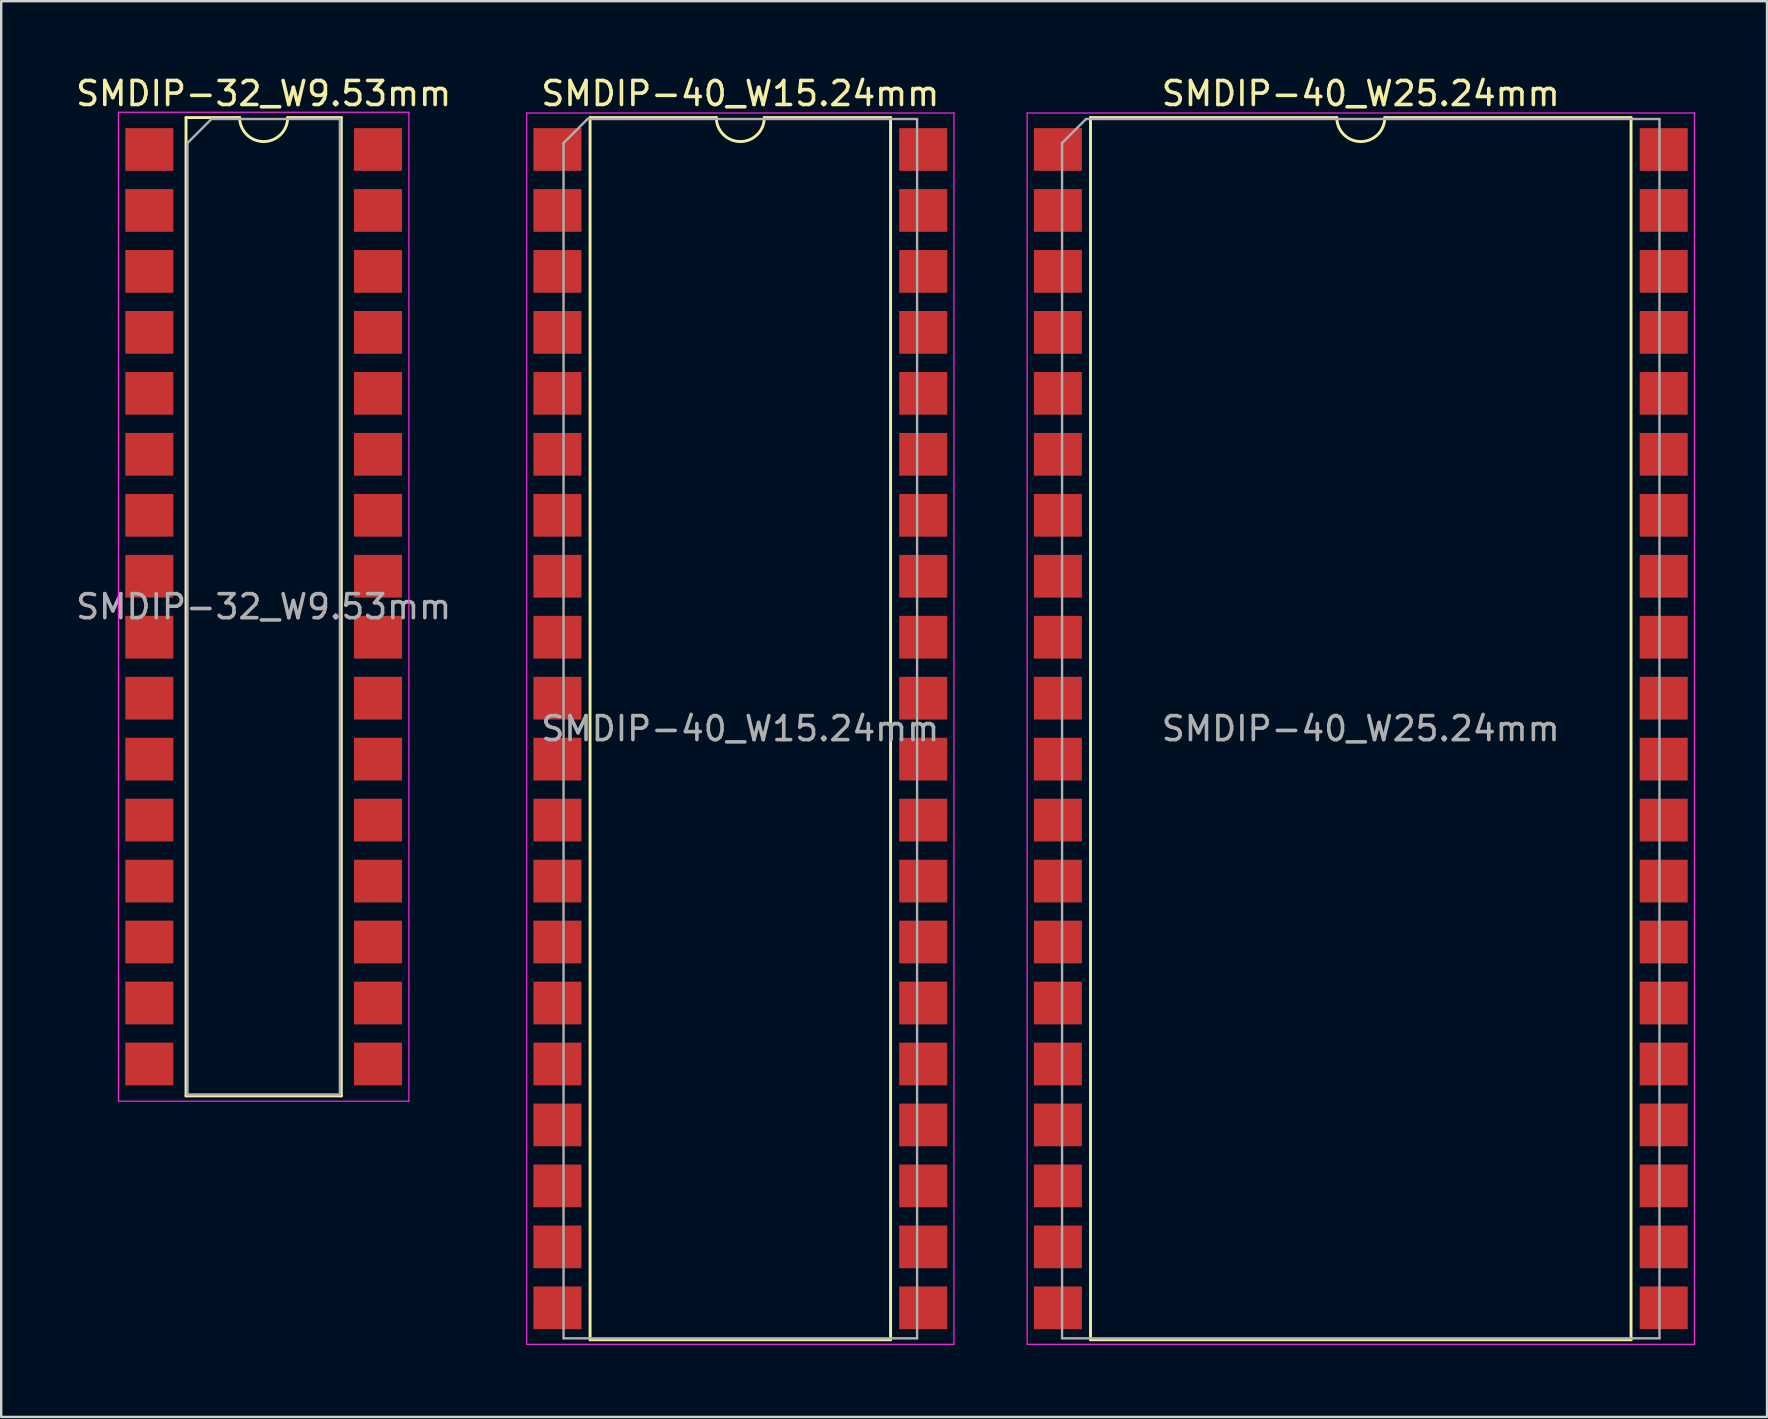
<source format=kicad_pcb>
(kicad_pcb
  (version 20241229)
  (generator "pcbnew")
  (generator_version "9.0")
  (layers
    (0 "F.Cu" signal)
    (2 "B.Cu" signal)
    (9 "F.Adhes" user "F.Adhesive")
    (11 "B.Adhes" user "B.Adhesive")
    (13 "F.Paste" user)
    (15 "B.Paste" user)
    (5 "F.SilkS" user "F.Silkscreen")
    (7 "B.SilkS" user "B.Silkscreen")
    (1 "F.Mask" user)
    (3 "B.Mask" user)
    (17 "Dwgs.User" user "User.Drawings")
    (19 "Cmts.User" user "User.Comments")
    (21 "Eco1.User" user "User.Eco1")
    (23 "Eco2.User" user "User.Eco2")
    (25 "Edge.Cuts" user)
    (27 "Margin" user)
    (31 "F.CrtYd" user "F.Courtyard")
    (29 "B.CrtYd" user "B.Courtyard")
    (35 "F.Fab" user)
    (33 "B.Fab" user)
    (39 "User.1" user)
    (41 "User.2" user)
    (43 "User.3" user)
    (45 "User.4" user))
  (footprint "SMDIP-40_W15.24mm"
    (layer "F.Cu")
    (at 27.794 27.308)
    (property "Reference" "SMDIP-40_W15.24mm" (at 0 -26.46 0) (layer "F.SilkS") (effects (font (size 1 1) (thickness 0.15))))
    (attr smd)
    (fp_line (start -6.26 -25.46) (end -6.26 25.46) (stroke (width 0.12) (type solid)) (layer "F.SilkS"))
    (fp_line (start -6.26 25.46) (end 6.26 25.46) (stroke (width 0.12) (type solid)) (layer "F.SilkS"))
    (fp_line (start -1 -25.46) (end -6.26 -25.46) (stroke (width 0.12) (type solid)) (layer "F.SilkS"))
    (fp_line (start 6.26 -25.46) (end 1 -25.46) (stroke (width 0.12) (type solid)) (layer "F.SilkS"))
    (fp_line (start 6.26 25.46) (end 6.26 -25.46) (stroke (width 0.12) (type solid)) (layer "F.SilkS"))
    (fp_arc (start 1 -25.46) (mid 0 -24.46) (end -1 -25.46) (stroke (width 0.12) (type solid)) (layer "F.SilkS"))
    (fp_line (start -8.9 -25.65) (end -8.9 25.65) (stroke (width 0.05) (type solid)) (layer "F.CrtYd"))
    (fp_line (start -8.9 25.65) (end 8.9 25.65) (stroke (width 0.05) (type solid)) (layer "F.CrtYd"))
    (fp_line (start 8.9 -25.65) (end -8.9 -25.65) (stroke (width 0.05) (type solid)) (layer "F.CrtYd"))
    (fp_line (start 8.9 25.65) (end 8.9 -25.65) (stroke (width 0.05) (type solid)) (layer "F.CrtYd"))
    (fp_line (start -7.365 -24.4) (end -6.365 -25.4) (stroke (width 0.1) (type solid)) (layer "F.Fab"))
    (fp_line (start -7.365 25.4) (end -7.365 -24.4) (stroke (width 0.1) (type solid)) (layer "F.Fab"))
    (fp_line (start -6.365 -25.4) (end 7.365 -25.4) (stroke (width 0.1) (type solid)) (layer "F.Fab"))
    (fp_line (start 7.365 -25.4) (end 7.365 25.4) (stroke (width 0.1) (type solid)) (layer "F.Fab"))
    (fp_line (start 7.365 25.4) (end -7.365 25.4) (stroke (width 0.1) (type solid)) (layer "F.Fab"))
    (fp_text user "${REFERENCE}" (at 0 0 0) (layer "F.Fab") (effects (font (size 1 1) (thickness 0.15))))
    (pad "1" smd rect (at -7.62 -24.13) (size 2 1.78) (layers "F.Cu" "F.Mask" "F.Paste"))
    (pad "2" smd rect (at -7.62 -21.59) (size 2 1.78) (layers "F.Cu" "F.Mask" "F.Paste"))
    (pad "3" smd rect (at -7.62 -19.05) (size 2 1.78) (layers "F.Cu" "F.Mask" "F.Paste"))
    (pad "4" smd rect (at -7.62 -16.51) (size 2 1.78) (layers "F.Cu" "F.Mask" "F.Paste"))
    (pad "5" smd rect (at -7.62 -13.97) (size 2 1.78) (layers "F.Cu" "F.Mask" "F.Paste"))
    (pad "6" smd rect (at -7.62 -11.43) (size 2 1.78) (layers "F.Cu" "F.Mask" "F.Paste"))
    (pad "7" smd rect (at -7.62 -8.89) (size 2 1.78) (layers "F.Cu" "F.Mask" "F.Paste"))
    (pad "8" smd rect (at -7.62 -6.35) (size 2 1.78) (layers "F.Cu" "F.Mask" "F.Paste"))
    (pad "9" smd rect (at -7.62 -3.81) (size 2 1.78) (layers "F.Cu" "F.Mask" "F.Paste"))
    (pad "10" smd rect (at -7.62 -1.27) (size 2 1.78) (layers "F.Cu" "F.Mask" "F.Paste"))
    (pad "11" smd rect (at -7.62 1.27) (size 2 1.78) (layers "F.Cu" "F.Mask" "F.Paste"))
    (pad "12" smd rect (at -7.62 3.81) (size 2 1.78) (layers "F.Cu" "F.Mask" "F.Paste"))
    (pad "13" smd rect (at -7.62 6.35) (size 2 1.78) (layers "F.Cu" "F.Mask" "F.Paste"))
    (pad "14" smd rect (at -7.62 8.89) (size 2 1.78) (layers "F.Cu" "F.Mask" "F.Paste"))
    (pad "15" smd rect (at -7.62 11.43) (size 2 1.78) (layers "F.Cu" "F.Mask" "F.Paste"))
    (pad "16" smd rect (at -7.62 13.97) (size 2 1.78) (layers "F.Cu" "F.Mask" "F.Paste"))
    (pad "17" smd rect (at -7.62 16.51) (size 2 1.78) (layers "F.Cu" "F.Mask" "F.Paste"))
    (pad "18" smd rect (at -7.62 19.05) (size 2 1.78) (layers "F.Cu" "F.Mask" "F.Paste"))
    (pad "19" smd rect (at -7.62 21.59) (size 2 1.78) (layers "F.Cu" "F.Mask" "F.Paste"))
    (pad "20" smd rect (at -7.62 24.13) (size 2 1.78) (layers "F.Cu" "F.Mask" "F.Paste"))
    (pad "21" smd rect (at 7.62 24.13) (size 2 1.78) (layers "F.Cu" "F.Mask" "F.Paste"))
    (pad "22" smd rect (at 7.62 21.59) (size 2 1.78) (layers "F.Cu" "F.Mask" "F.Paste"))
    (pad "23" smd rect (at 7.62 19.05) (size 2 1.78) (layers "F.Cu" "F.Mask" "F.Paste"))
    (pad "24" smd rect (at 7.62 16.51) (size 2 1.78) (layers "F.Cu" "F.Mask" "F.Paste"))
    (pad "25" smd rect (at 7.62 13.97) (size 2 1.78) (layers "F.Cu" "F.Mask" "F.Paste"))
    (pad "26" smd rect (at 7.62 11.43) (size 2 1.78) (layers "F.Cu" "F.Mask" "F.Paste"))
    (pad "27" smd rect (at 7.62 8.89) (size 2 1.78) (layers "F.Cu" "F.Mask" "F.Paste"))
    (pad "28" smd rect (at 7.62 6.35) (size 2 1.78) (layers "F.Cu" "F.Mask" "F.Paste"))
    (pad "29" smd rect (at 7.62 3.81) (size 2 1.78) (layers "F.Cu" "F.Mask" "F.Paste"))
    (pad "30" smd rect (at 7.62 1.27) (size 2 1.78) (layers "F.Cu" "F.Mask" "F.Paste"))
    (pad "31" smd rect (at 7.62 -1.27) (size 2 1.78) (layers "F.Cu" "F.Mask" "F.Paste"))
    (pad "32" smd rect (at 7.62 -3.81) (size 2 1.78) (layers "F.Cu" "F.Mask" "F.Paste"))
    (pad "33" smd rect (at 7.62 -6.35) (size 2 1.78) (layers "F.Cu" "F.Mask" "F.Paste"))
    (pad "34" smd rect (at 7.62 -8.89) (size 2 1.78) (layers "F.Cu" "F.Mask" "F.Paste"))
    (pad "35" smd rect (at 7.62 -11.43) (size 2 1.78) (layers "F.Cu" "F.Mask" "F.Paste"))
    (pad "36" smd rect (at 7.62 -13.97) (size 2 1.78) (layers "F.Cu" "F.Mask" "F.Paste"))
    (pad "37" smd rect (at 7.62 -16.51) (size 2 1.78) (layers "F.Cu" "F.Mask" "F.Paste"))
    (pad "38" smd rect (at 7.62 -19.05) (size 2 1.78) (layers "F.Cu" "F.Mask" "F.Paste"))
    (pad "39" smd rect (at 7.62 -21.59) (size 2 1.78) (layers "F.Cu" "F.Mask" "F.Paste"))
    (pad "40" smd rect (at 7.62 -24.13) (size 2 1.78) (layers "F.Cu" "F.Mask" "F.Paste")))
  (footprint "SMDIP-32_W9.53mm"
    (layer "F.Cu")
    (at 7.935 22.228)
    (property "Reference" "SMDIP-32_W9.53mm" (at 0 -21.38 0) (layer "F.SilkS") (effects (font (size 1 1) (thickness 0.15))))
    (attr smd)
    (fp_line (start -3.235 -20.38) (end -3.235 20.38) (stroke (width 0.12) (type solid)) (layer "F.SilkS"))
    (fp_line (start -3.235 20.38) (end 3.235 20.38) (stroke (width 0.12) (type solid)) (layer "F.SilkS"))
    (fp_line (start -1 -20.38) (end -3.235 -20.38) (stroke (width 0.12) (type solid)) (layer "F.SilkS"))
    (fp_line (start 3.235 -20.38) (end 1 -20.38) (stroke (width 0.12) (type solid)) (layer "F.SilkS"))
    (fp_line (start 3.235 20.38) (end 3.235 -20.38) (stroke (width 0.12) (type solid)) (layer "F.SilkS"))
    (fp_arc (start 1 -20.38) (mid 0 -19.38) (end -1 -20.38) (stroke (width 0.12) (type solid)) (layer "F.SilkS"))
    (fp_line (start -6.05 -20.6) (end -6.05 20.6) (stroke (width 0.05) (type solid)) (layer "F.CrtYd"))
    (fp_line (start -6.05 20.6) (end 6.05 20.6) (stroke (width 0.05) (type solid)) (layer "F.CrtYd"))
    (fp_line (start 6.05 -20.6) (end -6.05 -20.6) (stroke (width 0.05) (type solid)) (layer "F.CrtYd"))
    (fp_line (start 6.05 20.6) (end 6.05 -20.6) (stroke (width 0.05) (type solid)) (layer "F.CrtYd"))
    (fp_line (start -3.175 -19.32) (end -2.175 -20.32) (stroke (width 0.1) (type solid)) (layer "F.Fab"))
    (fp_line (start -3.175 20.32) (end -3.175 -19.32) (stroke (width 0.1) (type solid)) (layer "F.Fab"))
    (fp_line (start -2.175 -20.32) (end 3.175 -20.32) (stroke (width 0.1) (type solid)) (layer "F.Fab"))
    (fp_line (start 3.175 -20.32) (end 3.175 20.32) (stroke (width 0.1) (type solid)) (layer "F.Fab"))
    (fp_line (start 3.175 20.32) (end -3.175 20.32) (stroke (width 0.1) (type solid)) (layer "F.Fab"))
    (fp_text user "${REFERENCE}" (at 0 0 0) (layer "F.Fab") (effects (font (size 1 1) (thickness 0.15))))
    (pad "1" smd rect (at -4.765 -19.05) (size 2 1.78) (layers "F.Cu" "F.Mask" "F.Paste"))
    (pad "2" smd rect (at -4.765 -16.51) (size 2 1.78) (layers "F.Cu" "F.Mask" "F.Paste"))
    (pad "3" smd rect (at -4.765 -13.97) (size 2 1.78) (layers "F.Cu" "F.Mask" "F.Paste"))
    (pad "4" smd rect (at -4.765 -11.43) (size 2 1.78) (layers "F.Cu" "F.Mask" "F.Paste"))
    (pad "5" smd rect (at -4.765 -8.89) (size 2 1.78) (layers "F.Cu" "F.Mask" "F.Paste"))
    (pad "6" smd rect (at -4.765 -6.35) (size 2 1.78) (layers "F.Cu" "F.Mask" "F.Paste"))
    (pad "7" smd rect (at -4.765 -3.81) (size 2 1.78) (layers "F.Cu" "F.Mask" "F.Paste"))
    (pad "8" smd rect (at -4.765 -1.27) (size 2 1.78) (layers "F.Cu" "F.Mask" "F.Paste"))
    (pad "9" smd rect (at -4.765 1.27) (size 2 1.78) (layers "F.Cu" "F.Mask" "F.Paste"))
    (pad "10" smd rect (at -4.765 3.81) (size 2 1.78) (layers "F.Cu" "F.Mask" "F.Paste"))
    (pad "11" smd rect (at -4.765 6.35) (size 2 1.78) (layers "F.Cu" "F.Mask" "F.Paste"))
    (pad "12" smd rect (at -4.765 8.89) (size 2 1.78) (layers "F.Cu" "F.Mask" "F.Paste"))
    (pad "13" smd rect (at -4.765 11.43) (size 2 1.78) (layers "F.Cu" "F.Mask" "F.Paste"))
    (pad "14" smd rect (at -4.765 13.97) (size 2 1.78) (layers "F.Cu" "F.Mask" "F.Paste"))
    (pad "15" smd rect (at -4.765 16.51) (size 2 1.78) (layers "F.Cu" "F.Mask" "F.Paste"))
    (pad "16" smd rect (at -4.765 19.05) (size 2 1.78) (layers "F.Cu" "F.Mask" "F.Paste"))
    (pad "17" smd rect (at 4.765 19.05) (size 2 1.78) (layers "F.Cu" "F.Mask" "F.Paste"))
    (pad "18" smd rect (at 4.765 16.51) (size 2 1.78) (layers "F.Cu" "F.Mask" "F.Paste"))
    (pad "19" smd rect (at 4.765 13.97) (size 2 1.78) (layers "F.Cu" "F.Mask" "F.Paste"))
    (pad "20" smd rect (at 4.765 11.43) (size 2 1.78) (layers "F.Cu" "F.Mask" "F.Paste"))
    (pad "21" smd rect (at 4.765 8.89) (size 2 1.78) (layers "F.Cu" "F.Mask" "F.Paste"))
    (pad "22" smd rect (at 4.765 6.35) (size 2 1.78) (layers "F.Cu" "F.Mask" "F.Paste"))
    (pad "23" smd rect (at 4.765 3.81) (size 2 1.78) (layers "F.Cu" "F.Mask" "F.Paste"))
    (pad "24" smd rect (at 4.765 1.27) (size 2 1.78) (layers "F.Cu" "F.Mask" "F.Paste"))
    (pad "25" smd rect (at 4.765 -1.27) (size 2 1.78) (layers "F.Cu" "F.Mask" "F.Paste"))
    (pad "26" smd rect (at 4.765 -3.81) (size 2 1.78) (layers "F.Cu" "F.Mask" "F.Paste"))
    (pad "27" smd rect (at 4.765 -6.35) (size 2 1.78) (layers "F.Cu" "F.Mask" "F.Paste"))
    (pad "28" smd rect (at 4.765 -8.89) (size 2 1.78) (layers "F.Cu" "F.Mask" "F.Paste"))
    (pad "29" smd rect (at 4.765 -11.43) (size 2 1.78) (layers "F.Cu" "F.Mask" "F.Paste"))
    (pad "30" smd rect (at 4.765 -13.97) (size 2 1.78) (layers "F.Cu" "F.Mask" "F.Paste"))
    (pad "31" smd rect (at 4.765 -16.51) (size 2 1.78) (layers "F.Cu" "F.Mask" "F.Paste"))
    (pad "32" smd rect (at 4.765 -19.05) (size 2 1.78) (layers "F.Cu" "F.Mask" "F.Paste")))
  (footprint "SMDIP-40_W25.24mm"
    (layer "F.Cu")
    (at 53.644 27.308)
    (property "Reference" "SMDIP-40_W25.24mm" (at 0 -26.46 0) (layer "F.SilkS") (effects (font (size 1 1) (thickness 0.15))))
    (attr smd)
    (fp_line (start -11.26 -25.46) (end -11.26 25.46) (stroke (width 0.12) (type solid)) (layer "F.SilkS"))
    (fp_line (start -11.26 25.46) (end 11.26 25.46) (stroke (width 0.12) (type solid)) (layer "F.SilkS"))
    (fp_line (start -1 -25.46) (end -11.26 -25.46) (stroke (width 0.12) (type solid)) (layer "F.SilkS"))
    (fp_line (start 11.26 -25.46) (end 1 -25.46) (stroke (width 0.12) (type solid)) (layer "F.SilkS"))
    (fp_line (start 11.26 25.46) (end 11.26 -25.46) (stroke (width 0.12) (type solid)) (layer "F.SilkS"))
    (fp_arc (start 1 -25.46) (mid 0 -24.46) (end -1 -25.46) (stroke (width 0.12) (type solid)) (layer "F.SilkS"))
    (fp_line (start -13.9 -25.65) (end -13.9 25.65) (stroke (width 0.05) (type solid)) (layer "F.CrtYd"))
    (fp_line (start -13.9 25.65) (end 13.9 25.65) (stroke (width 0.05) (type solid)) (layer "F.CrtYd"))
    (fp_line (start 13.9 -25.65) (end -13.9 -25.65) (stroke (width 0.05) (type solid)) (layer "F.CrtYd"))
    (fp_line (start 13.9 25.65) (end 13.9 -25.65) (stroke (width 0.05) (type solid)) (layer "F.CrtYd"))
    (fp_line (start -12.445 -24.4) (end -11.445 -25.4) (stroke (width 0.1) (type solid)) (layer "F.Fab"))
    (fp_line (start -12.445 25.4) (end -12.445 -24.4) (stroke (width 0.1) (type solid)) (layer "F.Fab"))
    (fp_line (start -11.445 -25.4) (end 12.445 -25.4) (stroke (width 0.1) (type solid)) (layer "F.Fab"))
    (fp_line (start 12.445 -25.4) (end 12.445 25.4) (stroke (width 0.1) (type solid)) (layer "F.Fab"))
    (fp_line (start 12.445 25.4) (end -12.445 25.4) (stroke (width 0.1) (type solid)) (layer "F.Fab"))
    (fp_text user "${REFERENCE}" (at 0 0 0) (layer "F.Fab") (effects (font (size 1 1) (thickness 0.15))))
    (pad "1" smd rect (at -12.62 -24.13) (size 2 1.78) (layers "F.Cu" "F.Mask" "F.Paste"))
    (pad "2" smd rect (at -12.62 -21.59) (size 2 1.78) (layers "F.Cu" "F.Mask" "F.Paste"))
    (pad "3" smd rect (at -12.62 -19.05) (size 2 1.78) (layers "F.Cu" "F.Mask" "F.Paste"))
    (pad "4" smd rect (at -12.62 -16.51) (size 2 1.78) (layers "F.Cu" "F.Mask" "F.Paste"))
    (pad "5" smd rect (at -12.62 -13.97) (size 2 1.78) (layers "F.Cu" "F.Mask" "F.Paste"))
    (pad "6" smd rect (at -12.62 -11.43) (size 2 1.78) (layers "F.Cu" "F.Mask" "F.Paste"))
    (pad "7" smd rect (at -12.62 -8.89) (size 2 1.78) (layers "F.Cu" "F.Mask" "F.Paste"))
    (pad "8" smd rect (at -12.62 -6.35) (size 2 1.78) (layers "F.Cu" "F.Mask" "F.Paste"))
    (pad "9" smd rect (at -12.62 -3.81) (size 2 1.78) (layers "F.Cu" "F.Mask" "F.Paste"))
    (pad "10" smd rect (at -12.62 -1.27) (size 2 1.78) (layers "F.Cu" "F.Mask" "F.Paste"))
    (pad "11" smd rect (at -12.62 1.27) (size 2 1.78) (layers "F.Cu" "F.Mask" "F.Paste"))
    (pad "12" smd rect (at -12.62 3.81) (size 2 1.78) (layers "F.Cu" "F.Mask" "F.Paste"))
    (pad "13" smd rect (at -12.62 6.35) (size 2 1.78) (layers "F.Cu" "F.Mask" "F.Paste"))
    (pad "14" smd rect (at -12.62 8.89) (size 2 1.78) (layers "F.Cu" "F.Mask" "F.Paste"))
    (pad "15" smd rect (at -12.62 11.43) (size 2 1.78) (layers "F.Cu" "F.Mask" "F.Paste"))
    (pad "16" smd rect (at -12.62 13.97) (size 2 1.78) (layers "F.Cu" "F.Mask" "F.Paste"))
    (pad "17" smd rect (at -12.62 16.51) (size 2 1.78) (layers "F.Cu" "F.Mask" "F.Paste"))
    (pad "18" smd rect (at -12.62 19.05) (size 2 1.78) (layers "F.Cu" "F.Mask" "F.Paste"))
    (pad "19" smd rect (at -12.62 21.59) (size 2 1.78) (layers "F.Cu" "F.Mask" "F.Paste"))
    (pad "20" smd rect (at -12.62 24.13) (size 2 1.78) (layers "F.Cu" "F.Mask" "F.Paste"))
    (pad "21" smd rect (at 12.62 24.13) (size 2 1.78) (layers "F.Cu" "F.Mask" "F.Paste"))
    (pad "22" smd rect (at 12.62 21.59) (size 2 1.78) (layers "F.Cu" "F.Mask" "F.Paste"))
    (pad "23" smd rect (at 12.62 19.05) (size 2 1.78) (layers "F.Cu" "F.Mask" "F.Paste"))
    (pad "24" smd rect (at 12.62 16.51) (size 2 1.78) (layers "F.Cu" "F.Mask" "F.Paste"))
    (pad "25" smd rect (at 12.62 13.97) (size 2 1.78) (layers "F.Cu" "F.Mask" "F.Paste"))
    (pad "26" smd rect (at 12.62 11.43) (size 2 1.78) (layers "F.Cu" "F.Mask" "F.Paste"))
    (pad "27" smd rect (at 12.62 8.89) (size 2 1.78) (layers "F.Cu" "F.Mask" "F.Paste"))
    (pad "28" smd rect (at 12.62 6.35) (size 2 1.78) (layers "F.Cu" "F.Mask" "F.Paste"))
    (pad "29" smd rect (at 12.62 3.81) (size 2 1.78) (layers "F.Cu" "F.Mask" "F.Paste"))
    (pad "30" smd rect (at 12.62 1.27) (size 2 1.78) (layers "F.Cu" "F.Mask" "F.Paste"))
    (pad "31" smd rect (at 12.62 -1.27) (size 2 1.78) (layers "F.Cu" "F.Mask" "F.Paste"))
    (pad "32" smd rect (at 12.62 -3.81) (size 2 1.78) (layers "F.Cu" "F.Mask" "F.Paste"))
    (pad "33" smd rect (at 12.62 -6.35) (size 2 1.78) (layers "F.Cu" "F.Mask" "F.Paste"))
    (pad "34" smd rect (at 12.62 -8.89) (size 2 1.78) (layers "F.Cu" "F.Mask" "F.Paste"))
    (pad "35" smd rect (at 12.62 -11.43) (size 2 1.78) (layers "F.Cu" "F.Mask" "F.Paste"))
    (pad "36" smd rect (at 12.62 -13.97) (size 2 1.78) (layers "F.Cu" "F.Mask" "F.Paste"))
    (pad "37" smd rect (at 12.62 -16.51) (size 2 1.78) (layers "F.Cu" "F.Mask" "F.Paste"))
    (pad "38" smd rect (at 12.62 -19.05) (size 2 1.78) (layers "F.Cu" "F.Mask" "F.Paste"))
    (pad "39" smd rect (at 12.62 -21.59) (size 2 1.78) (layers "F.Cu" "F.Mask" "F.Paste"))
    (pad "40" smd rect (at 12.62 -24.13) (size 2 1.78) (layers "F.Cu" "F.Mask" "F.Paste")))
  (gr_rect
    (start -3 -3)
    (end 70.569 55.983)
    (stroke (width 0.1) (type default))
    (fill no)
    (layer "Edge.Cuts")))
</source>
